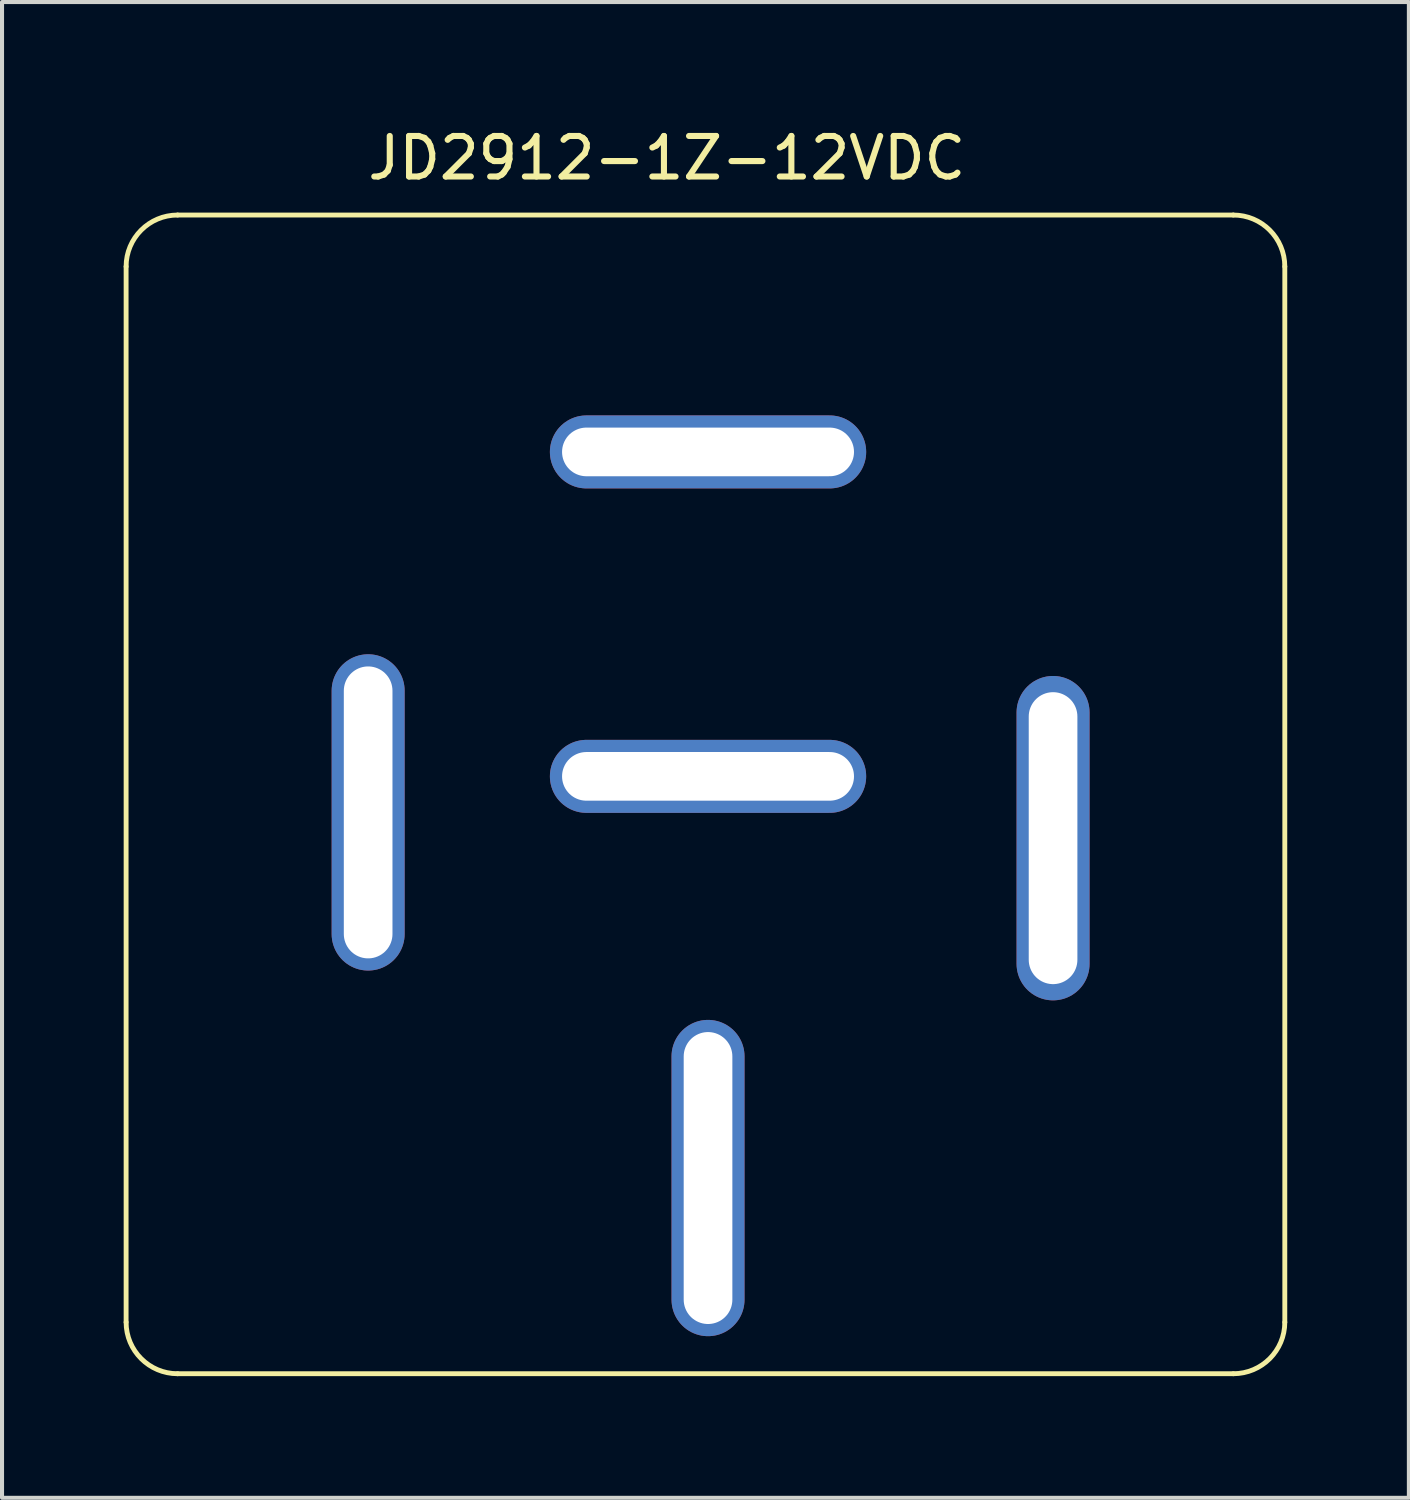
<source format=kicad_pcb>
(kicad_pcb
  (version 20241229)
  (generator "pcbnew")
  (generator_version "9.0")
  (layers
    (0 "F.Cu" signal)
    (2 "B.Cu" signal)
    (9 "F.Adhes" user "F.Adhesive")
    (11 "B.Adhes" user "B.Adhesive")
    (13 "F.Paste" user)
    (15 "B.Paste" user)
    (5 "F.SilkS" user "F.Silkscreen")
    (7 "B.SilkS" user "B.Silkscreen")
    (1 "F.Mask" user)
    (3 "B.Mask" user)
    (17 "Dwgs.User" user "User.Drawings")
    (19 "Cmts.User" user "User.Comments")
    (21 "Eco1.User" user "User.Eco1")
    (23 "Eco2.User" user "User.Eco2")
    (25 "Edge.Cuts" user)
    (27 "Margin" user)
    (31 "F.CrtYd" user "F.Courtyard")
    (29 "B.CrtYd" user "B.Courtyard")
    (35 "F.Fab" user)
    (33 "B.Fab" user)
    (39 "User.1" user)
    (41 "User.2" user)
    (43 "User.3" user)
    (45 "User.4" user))
  (footprint "JD2912-1Z-12VDC"
    (layer "F.Cu")
    (at 14.411 0.348)
    (property "Reference" "JD2912-1Z-12VDC" (at -1.016 0.5 0) (layer "F.SilkS") (effects (font (size 1 1) (thickness 0.15))))
    (attr through_hole)
    (fp_line (start -14.351 3.175) (end -14.351 29.21) (stroke (width 0.12) (type solid)) (layer "F.SilkS"))
    (fp_line (start -13.081 1.905) (end 12.954 1.905) (stroke (width 0.12) (type solid)) (layer "F.SilkS"))
    (fp_line (start 12.954 30.48) (end -13.081 30.48) (stroke (width 0.12) (type solid)) (layer "F.SilkS"))
    (fp_line (start 14.224 29.21) (end 14.224 3.175) (stroke (width 0.12) (type solid)) (layer "F.SilkS"))
    (fp_arc (start -14.351 3.175) (mid -13.979026 2.276974) (end -13.081 1.905) (stroke (width 0.12) (type solid)) (layer "F.SilkS"))
    (fp_arc (start -13.081 30.48) (mid -13.979026 30.108026) (end -14.351 29.21) (stroke (width 0.12) (type solid)) (layer "F.SilkS"))
    (fp_arc (start 12.954 1.905) (mid 13.852026 2.276974) (end 14.224 3.175) (stroke (width 0.12) (type solid)) (layer "F.SilkS"))
    (fp_arc (start 14.224 29.21) (mid 13.852026 30.108026) (end 12.954 30.48) (stroke (width 0.12) (type solid)) (layer "F.SilkS"))
    (pad "1" thru_hole oval (at 0 25.654) (size 1.8 7.8) (drill oval 1.2 7.2) (layers "*.Cu" "*.Mask"))
    (pad "2" thru_hole oval (at 8.509 17.272) (size 1.8 8) (drill oval 1.2 7.2) (layers "*.Cu" "*.Mask"))
    (pad "3" thru_hole oval (at -8.382 16.637) (size 1.8 7.8) (drill oval 1.2 7.2) (layers "*.Cu" "*.Mask"))
    (pad "4" thru_hole oval (at 0 7.747 90) (size 1.8 7.8) (drill oval 1.2 7.2) (layers "*.Cu" "*.Mask"))
    (pad "5" thru_hole oval (at 0 15.748 270) (size 1.8 7.8) (drill oval 1.2 7.2) (layers "*.Cu" "*.Mask")))
  (gr_rect
    (start -3 -3)
    (end 31.695 33.888)
    (stroke (width 0.1) (type default))
    (fill no)
    (layer "Edge.Cuts")))
</source>
